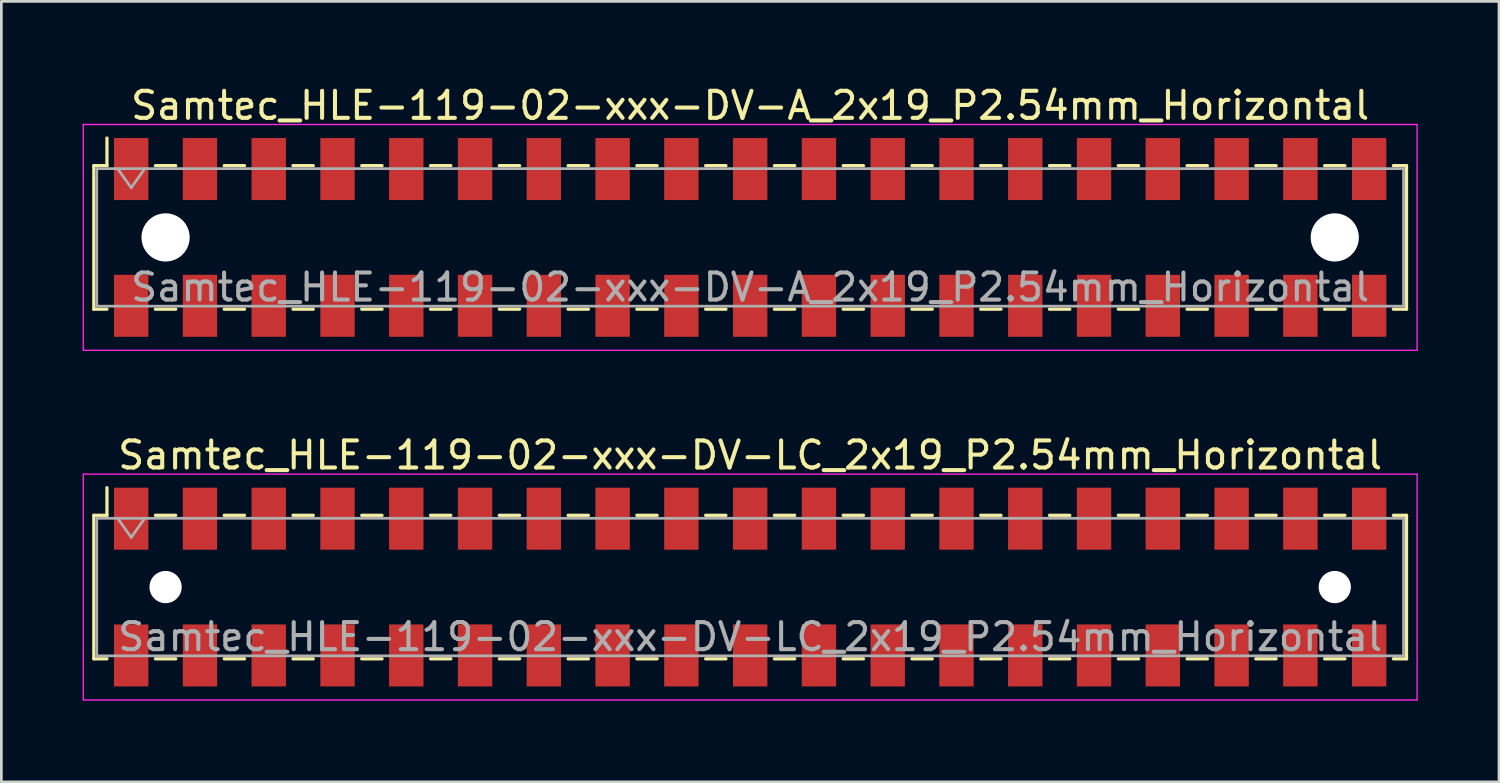
<source format=kicad_pcb>
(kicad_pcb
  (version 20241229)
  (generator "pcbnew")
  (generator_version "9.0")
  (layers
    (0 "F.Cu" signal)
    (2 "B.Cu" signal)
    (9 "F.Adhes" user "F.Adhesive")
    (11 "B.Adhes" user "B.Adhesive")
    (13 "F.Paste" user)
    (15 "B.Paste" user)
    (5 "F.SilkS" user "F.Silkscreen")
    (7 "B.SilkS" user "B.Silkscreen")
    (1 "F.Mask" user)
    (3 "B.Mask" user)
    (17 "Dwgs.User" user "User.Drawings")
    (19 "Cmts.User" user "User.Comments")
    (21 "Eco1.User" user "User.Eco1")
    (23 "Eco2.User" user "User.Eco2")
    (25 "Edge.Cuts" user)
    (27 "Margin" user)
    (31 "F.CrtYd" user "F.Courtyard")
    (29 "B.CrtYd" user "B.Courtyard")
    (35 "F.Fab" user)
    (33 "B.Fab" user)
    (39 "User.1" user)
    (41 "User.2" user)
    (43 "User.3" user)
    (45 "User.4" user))
  (footprint "Samtec_HLE-119-02-xxx-DV-A_2x19_P2.54mm_Horizontal"
    (layer "F.Cu")
    (at 24.655 5.718)
    (property "Reference" "Samtec_HLE-119-02-xxx-DV-A_2x19_P2.54mm_Horizontal" (at 0 -4.87 0) (layer "F.SilkS") (effects (font (size 1 1) (thickness 0.15))))
    (attr smd)
    (fp_line (start -24.24 -2.65) (end -24.24 2.65) (stroke (width 0.12) (type solid)) (layer "F.SilkS"))
    (fp_line (start -24.24 2.65) (end -23.755 2.65) (stroke (width 0.12) (type solid)) (layer "F.SilkS"))
    (fp_line (start -23.755 -3.67) (end -23.755 -2.65) (stroke (width 0.12) (type solid)) (layer "F.SilkS"))
    (fp_line (start -23.755 -2.65) (end -24.24 -2.65) (stroke (width 0.12) (type solid)) (layer "F.SilkS"))
    (fp_line (start -21.965 -2.65) (end -21.215 -2.65) (stroke (width 0.12) (type solid)) (layer "F.SilkS"))
    (fp_line (start -21.965 2.65) (end -21.215 2.65) (stroke (width 0.12) (type solid)) (layer "F.SilkS"))
    (fp_line (start -19.425 -2.65) (end -18.675 -2.65) (stroke (width 0.12) (type solid)) (layer "F.SilkS"))
    (fp_line (start -19.425 2.65) (end -18.675 2.65) (stroke (width 0.12) (type solid)) (layer "F.SilkS"))
    (fp_line (start -16.885 -2.65) (end -16.135 -2.65) (stroke (width 0.12) (type solid)) (layer "F.SilkS"))
    (fp_line (start -16.885 2.65) (end -16.135 2.65) (stroke (width 0.12) (type solid)) (layer "F.SilkS"))
    (fp_line (start -14.345 -2.65) (end -13.595 -2.65) (stroke (width 0.12) (type solid)) (layer "F.SilkS"))
    (fp_line (start -14.345 2.65) (end -13.595 2.65) (stroke (width 0.12) (type solid)) (layer "F.SilkS"))
    (fp_line (start -11.805 -2.65) (end -11.055 -2.65) (stroke (width 0.12) (type solid)) (layer "F.SilkS"))
    (fp_line (start -11.805 2.65) (end -11.055 2.65) (stroke (width 0.12) (type solid)) (layer "F.SilkS"))
    (fp_line (start -9.265 -2.65) (end -8.515 -2.65) (stroke (width 0.12) (type solid)) (layer "F.SilkS"))
    (fp_line (start -9.265 2.65) (end -8.515 2.65) (stroke (width 0.12) (type solid)) (layer "F.SilkS"))
    (fp_line (start -6.725 -2.65) (end -5.975 -2.65) (stroke (width 0.12) (type solid)) (layer "F.SilkS"))
    (fp_line (start -6.725 2.65) (end -5.975 2.65) (stroke (width 0.12) (type solid)) (layer "F.SilkS"))
    (fp_line (start -4.185 -2.65) (end -3.435 -2.65) (stroke (width 0.12) (type solid)) (layer "F.SilkS"))
    (fp_line (start -4.185 2.65) (end -3.435 2.65) (stroke (width 0.12) (type solid)) (layer "F.SilkS"))
    (fp_line (start -1.645 -2.65) (end -0.895 -2.65) (stroke (width 0.12) (type solid)) (layer "F.SilkS"))
    (fp_line (start -1.645 2.65) (end -0.895 2.65) (stroke (width 0.12) (type solid)) (layer "F.SilkS"))
    (fp_line (start 0.895 -2.65) (end 1.645 -2.65) (stroke (width 0.12) (type solid)) (layer "F.SilkS"))
    (fp_line (start 0.895 2.65) (end 1.645 2.65) (stroke (width 0.12) (type solid)) (layer "F.SilkS"))
    (fp_line (start 3.435 -2.65) (end 4.185 -2.65) (stroke (width 0.12) (type solid)) (layer "F.SilkS"))
    (fp_line (start 3.435 2.65) (end 4.185 2.65) (stroke (width 0.12) (type solid)) (layer "F.SilkS"))
    (fp_line (start 5.975 -2.65) (end 6.725 -2.65) (stroke (width 0.12) (type solid)) (layer "F.SilkS"))
    (fp_line (start 5.975 2.65) (end 6.725 2.65) (stroke (width 0.12) (type solid)) (layer "F.SilkS"))
    (fp_line (start 8.515 -2.65) (end 9.265 -2.65) (stroke (width 0.12) (type solid)) (layer "F.SilkS"))
    (fp_line (start 8.515 2.65) (end 9.265 2.65) (stroke (width 0.12) (type solid)) (layer "F.SilkS"))
    (fp_line (start 11.055 -2.65) (end 11.805 -2.65) (stroke (width 0.12) (type solid)) (layer "F.SilkS"))
    (fp_line (start 11.055 2.65) (end 11.805 2.65) (stroke (width 0.12) (type solid)) (layer "F.SilkS"))
    (fp_line (start 13.595 -2.65) (end 14.345 -2.65) (stroke (width 0.12) (type solid)) (layer "F.SilkS"))
    (fp_line (start 13.595 2.65) (end 14.345 2.65) (stroke (width 0.12) (type solid)) (layer "F.SilkS"))
    (fp_line (start 16.135 -2.65) (end 16.885 -2.65) (stroke (width 0.12) (type solid)) (layer "F.SilkS"))
    (fp_line (start 16.135 2.65) (end 16.885 2.65) (stroke (width 0.12) (type solid)) (layer "F.SilkS"))
    (fp_line (start 18.675 -2.65) (end 19.425 -2.65) (stroke (width 0.12) (type solid)) (layer "F.SilkS"))
    (fp_line (start 18.675 2.65) (end 19.425 2.65) (stroke (width 0.12) (type solid)) (layer "F.SilkS"))
    (fp_line (start 21.215 -2.65) (end 21.965 -2.65) (stroke (width 0.12) (type solid)) (layer "F.SilkS"))
    (fp_line (start 21.215 2.65) (end 21.965 2.65) (stroke (width 0.12) (type solid)) (layer "F.SilkS"))
    (fp_line (start 23.755 -2.65) (end 24.24 -2.65) (stroke (width 0.12) (type solid)) (layer "F.SilkS"))
    (fp_line (start 24.24 -2.65) (end 24.24 2.65) (stroke (width 0.12) (type solid)) (layer "F.SilkS"))
    (fp_line (start 24.24 2.65) (end 23.755 2.65) (stroke (width 0.12) (type solid)) (layer "F.SilkS"))
    (fp_line (start -24.63 -4.17) (end 24.63 -4.17) (stroke (width 0.05) (type solid)) (layer "F.CrtYd"))
    (fp_line (start -24.63 4.17) (end -24.63 -4.17) (stroke (width 0.05) (type solid)) (layer "F.CrtYd"))
    (fp_line (start 24.63 -4.17) (end 24.63 4.17) (stroke (width 0.05) (type solid)) (layer "F.CrtYd"))
    (fp_line (start 24.63 4.17) (end -24.63 4.17) (stroke (width 0.05) (type solid)) (layer "F.CrtYd"))
    (fp_line (start -24.13 -2.54) (end 24.13 -2.54) (stroke (width 0.1) (type solid)) (layer "F.Fab"))
    (fp_line (start -24.13 2.54) (end -24.13 -2.54) (stroke (width 0.1) (type solid)) (layer "F.Fab"))
    (fp_line (start -23.36 -2.54) (end -22.86 -1.833) (stroke (width 0.1) (type solid)) (layer "F.Fab"))
    (fp_line (start -22.86 -1.833) (end -22.36 -2.54) (stroke (width 0.1) (type solid)) (layer "F.Fab"))
    (fp_line (start 24.13 -2.54) (end 24.13 2.54) (stroke (width 0.1) (type solid)) (layer "F.Fab"))
    (fp_line (start 24.13 2.54) (end -24.13 2.54) (stroke (width 0.1) (type solid)) (layer "F.Fab"))
    (fp_text user "${REFERENCE}" (at 0 1.84 0) (layer "F.Fab") (effects (font (size 1 1) (thickness 0.15))))
    (pad "" np_thru_hole circle (at -21.59 0) (size 1.78 1.78) (drill 1.78) (layers "*.Cu" "*.Mask"))
    (pad "" np_thru_hole circle (at 21.59 0) (size 1.78 1.78) (drill 1.78) (layers "*.Cu" "*.Mask"))
    (pad "1" smd rect (at -22.86 -2.525) (size 1.27 2.29) (layers "F.Cu" "F.Mask" "F.Paste"))
    (pad "2" smd rect (at -22.86 2.525) (size 1.27 2.29) (layers "F.Cu" "F.Mask" "F.Paste"))
    (pad "3" smd rect (at -20.32 -2.525) (size 1.27 2.29) (layers "F.Cu" "F.Mask" "F.Paste"))
    (pad "4" smd rect (at -20.32 2.525) (size 1.27 2.29) (layers "F.Cu" "F.Mask" "F.Paste"))
    (pad "5" smd rect (at -17.78 -2.525) (size 1.27 2.29) (layers "F.Cu" "F.Mask" "F.Paste"))
    (pad "6" smd rect (at -17.78 2.525) (size 1.27 2.29) (layers "F.Cu" "F.Mask" "F.Paste"))
    (pad "7" smd rect (at -15.24 -2.525) (size 1.27 2.29) (layers "F.Cu" "F.Mask" "F.Paste"))
    (pad "8" smd rect (at -15.24 2.525) (size 1.27 2.29) (layers "F.Cu" "F.Mask" "F.Paste"))
    (pad "9" smd rect (at -12.7 -2.525) (size 1.27 2.29) (layers "F.Cu" "F.Mask" "F.Paste"))
    (pad "10" smd rect (at -12.7 2.525) (size 1.27 2.29) (layers "F.Cu" "F.Mask" "F.Paste"))
    (pad "11" smd rect (at -10.16 -2.525) (size 1.27 2.29) (layers "F.Cu" "F.Mask" "F.Paste"))
    (pad "12" smd rect (at -10.16 2.525) (size 1.27 2.29) (layers "F.Cu" "F.Mask" "F.Paste"))
    (pad "13" smd rect (at -7.62 -2.525) (size 1.27 2.29) (layers "F.Cu" "F.Mask" "F.Paste"))
    (pad "14" smd rect (at -7.62 2.525) (size 1.27 2.29) (layers "F.Cu" "F.Mask" "F.Paste"))
    (pad "15" smd rect (at -5.08 -2.525) (size 1.27 2.29) (layers "F.Cu" "F.Mask" "F.Paste"))
    (pad "16" smd rect (at -5.08 2.525) (size 1.27 2.29) (layers "F.Cu" "F.Mask" "F.Paste"))
    (pad "17" smd rect (at -2.54 -2.525) (size 1.27 2.29) (layers "F.Cu" "F.Mask" "F.Paste"))
    (pad "18" smd rect (at -2.54 2.525) (size 1.27 2.29) (layers "F.Cu" "F.Mask" "F.Paste"))
    (pad "19" smd rect (at 0 -2.525) (size 1.27 2.29) (layers "F.Cu" "F.Mask" "F.Paste"))
    (pad "20" smd rect (at 0 2.525) (size 1.27 2.29) (layers "F.Cu" "F.Mask" "F.Paste"))
    (pad "21" smd rect (at 2.54 -2.525) (size 1.27 2.29) (layers "F.Cu" "F.Mask" "F.Paste"))
    (pad "22" smd rect (at 2.54 2.525) (size 1.27 2.29) (layers "F.Cu" "F.Mask" "F.Paste"))
    (pad "23" smd rect (at 5.08 -2.525) (size 1.27 2.29) (layers "F.Cu" "F.Mask" "F.Paste"))
    (pad "24" smd rect (at 5.08 2.525) (size 1.27 2.29) (layers "F.Cu" "F.Mask" "F.Paste"))
    (pad "25" smd rect (at 7.62 -2.525) (size 1.27 2.29) (layers "F.Cu" "F.Mask" "F.Paste"))
    (pad "26" smd rect (at 7.62 2.525) (size 1.27 2.29) (layers "F.Cu" "F.Mask" "F.Paste"))
    (pad "27" smd rect (at 10.16 -2.525) (size 1.27 2.29) (layers "F.Cu" "F.Mask" "F.Paste"))
    (pad "28" smd rect (at 10.16 2.525) (size 1.27 2.29) (layers "F.Cu" "F.Mask" "F.Paste"))
    (pad "29" smd rect (at 12.7 -2.525) (size 1.27 2.29) (layers "F.Cu" "F.Mask" "F.Paste"))
    (pad "30" smd rect (at 12.7 2.525) (size 1.27 2.29) (layers "F.Cu" "F.Mask" "F.Paste"))
    (pad "31" smd rect (at 15.24 -2.525) (size 1.27 2.29) (layers "F.Cu" "F.Mask" "F.Paste"))
    (pad "32" smd rect (at 15.24 2.525) (size 1.27 2.29) (layers "F.Cu" "F.Mask" "F.Paste"))
    (pad "33" smd rect (at 17.78 -2.525) (size 1.27 2.29) (layers "F.Cu" "F.Mask" "F.Paste"))
    (pad "34" smd rect (at 17.78 2.525) (size 1.27 2.29) (layers "F.Cu" "F.Mask" "F.Paste"))
    (pad "35" smd rect (at 20.32 -2.525) (size 1.27 2.29) (layers "F.Cu" "F.Mask" "F.Paste"))
    (pad "36" smd rect (at 20.32 2.525) (size 1.27 2.29) (layers "F.Cu" "F.Mask" "F.Paste"))
    (pad "37" smd rect (at 22.86 -2.525) (size 1.27 2.29) (layers "F.Cu" "F.Mask" "F.Paste"))
    (pad "38" smd rect (at 22.86 2.525) (size 1.27 2.29) (layers "F.Cu" "F.Mask" "F.Paste")))
  (footprint "Samtec_HLE-119-02-xxx-DV-LC_2x19_P2.54mm_Horizontal"
    (layer "F.Cu")
    (at 24.655 18.631)
    (property "Reference" "Samtec_HLE-119-02-xxx-DV-LC_2x19_P2.54mm_Horizontal" (at 0 -4.87 0) (layer "F.SilkS") (effects (font (size 1 1) (thickness 0.15))))
    (attr smd)
    (fp_line (start -24.24 -2.65) (end -24.24 2.65) (stroke (width 0.12) (type solid)) (layer "F.SilkS"))
    (fp_line (start -24.24 2.65) (end -23.755 2.65) (stroke (width 0.12) (type solid)) (layer "F.SilkS"))
    (fp_line (start -23.755 -3.67) (end -23.755 -2.65) (stroke (width 0.12) (type solid)) (layer "F.SilkS"))
    (fp_line (start -23.755 -2.65) (end -24.24 -2.65) (stroke (width 0.12) (type solid)) (layer "F.SilkS"))
    (fp_line (start -21.965 -2.65) (end -21.215 -2.65) (stroke (width 0.12) (type solid)) (layer "F.SilkS"))
    (fp_line (start -21.965 2.65) (end -21.215 2.65) (stroke (width 0.12) (type solid)) (layer "F.SilkS"))
    (fp_line (start -19.425 -2.65) (end -18.675 -2.65) (stroke (width 0.12) (type solid)) (layer "F.SilkS"))
    (fp_line (start -19.425 2.65) (end -18.675 2.65) (stroke (width 0.12) (type solid)) (layer "F.SilkS"))
    (fp_line (start -16.885 -2.65) (end -16.135 -2.65) (stroke (width 0.12) (type solid)) (layer "F.SilkS"))
    (fp_line (start -16.885 2.65) (end -16.135 2.65) (stroke (width 0.12) (type solid)) (layer "F.SilkS"))
    (fp_line (start -14.345 -2.65) (end -13.595 -2.65) (stroke (width 0.12) (type solid)) (layer "F.SilkS"))
    (fp_line (start -14.345 2.65) (end -13.595 2.65) (stroke (width 0.12) (type solid)) (layer "F.SilkS"))
    (fp_line (start -11.805 -2.65) (end -11.055 -2.65) (stroke (width 0.12) (type solid)) (layer "F.SilkS"))
    (fp_line (start -11.805 2.65) (end -11.055 2.65) (stroke (width 0.12) (type solid)) (layer "F.SilkS"))
    (fp_line (start -9.265 -2.65) (end -8.515 -2.65) (stroke (width 0.12) (type solid)) (layer "F.SilkS"))
    (fp_line (start -9.265 2.65) (end -8.515 2.65) (stroke (width 0.12) (type solid)) (layer "F.SilkS"))
    (fp_line (start -6.725 -2.65) (end -5.975 -2.65) (stroke (width 0.12) (type solid)) (layer "F.SilkS"))
    (fp_line (start -6.725 2.65) (end -5.975 2.65) (stroke (width 0.12) (type solid)) (layer "F.SilkS"))
    (fp_line (start -4.185 -2.65) (end -3.435 -2.65) (stroke (width 0.12) (type solid)) (layer "F.SilkS"))
    (fp_line (start -4.185 2.65) (end -3.435 2.65) (stroke (width 0.12) (type solid)) (layer "F.SilkS"))
    (fp_line (start -1.645 -2.65) (end -0.895 -2.65) (stroke (width 0.12) (type solid)) (layer "F.SilkS"))
    (fp_line (start -1.645 2.65) (end -0.895 2.65) (stroke (width 0.12) (type solid)) (layer "F.SilkS"))
    (fp_line (start 0.895 -2.65) (end 1.645 -2.65) (stroke (width 0.12) (type solid)) (layer "F.SilkS"))
    (fp_line (start 0.895 2.65) (end 1.645 2.65) (stroke (width 0.12) (type solid)) (layer "F.SilkS"))
    (fp_line (start 3.435 -2.65) (end 4.185 -2.65) (stroke (width 0.12) (type solid)) (layer "F.SilkS"))
    (fp_line (start 3.435 2.65) (end 4.185 2.65) (stroke (width 0.12) (type solid)) (layer "F.SilkS"))
    (fp_line (start 5.975 -2.65) (end 6.725 -2.65) (stroke (width 0.12) (type solid)) (layer "F.SilkS"))
    (fp_line (start 5.975 2.65) (end 6.725 2.65) (stroke (width 0.12) (type solid)) (layer "F.SilkS"))
    (fp_line (start 8.515 -2.65) (end 9.265 -2.65) (stroke (width 0.12) (type solid)) (layer "F.SilkS"))
    (fp_line (start 8.515 2.65) (end 9.265 2.65) (stroke (width 0.12) (type solid)) (layer "F.SilkS"))
    (fp_line (start 11.055 -2.65) (end 11.805 -2.65) (stroke (width 0.12) (type solid)) (layer "F.SilkS"))
    (fp_line (start 11.055 2.65) (end 11.805 2.65) (stroke (width 0.12) (type solid)) (layer "F.SilkS"))
    (fp_line (start 13.595 -2.65) (end 14.345 -2.65) (stroke (width 0.12) (type solid)) (layer "F.SilkS"))
    (fp_line (start 13.595 2.65) (end 14.345 2.65) (stroke (width 0.12) (type solid)) (layer "F.SilkS"))
    (fp_line (start 16.135 -2.65) (end 16.885 -2.65) (stroke (width 0.12) (type solid)) (layer "F.SilkS"))
    (fp_line (start 16.135 2.65) (end 16.885 2.65) (stroke (width 0.12) (type solid)) (layer "F.SilkS"))
    (fp_line (start 18.675 -2.65) (end 19.425 -2.65) (stroke (width 0.12) (type solid)) (layer "F.SilkS"))
    (fp_line (start 18.675 2.65) (end 19.425 2.65) (stroke (width 0.12) (type solid)) (layer "F.SilkS"))
    (fp_line (start 21.215 -2.65) (end 21.965 -2.65) (stroke (width 0.12) (type solid)) (layer "F.SilkS"))
    (fp_line (start 21.215 2.65) (end 21.965 2.65) (stroke (width 0.12) (type solid)) (layer "F.SilkS"))
    (fp_line (start 23.755 -2.65) (end 24.24 -2.65) (stroke (width 0.12) (type solid)) (layer "F.SilkS"))
    (fp_line (start 24.24 -2.65) (end 24.24 2.65) (stroke (width 0.12) (type solid)) (layer "F.SilkS"))
    (fp_line (start 24.24 2.65) (end 23.755 2.65) (stroke (width 0.12) (type solid)) (layer "F.SilkS"))
    (fp_line (start -24.63 -4.17) (end 24.63 -4.17) (stroke (width 0.05) (type solid)) (layer "F.CrtYd"))
    (fp_line (start -24.63 4.17) (end -24.63 -4.17) (stroke (width 0.05) (type solid)) (layer "F.CrtYd"))
    (fp_line (start 24.63 -4.17) (end 24.63 4.17) (stroke (width 0.05) (type solid)) (layer "F.CrtYd"))
    (fp_line (start 24.63 4.17) (end -24.63 4.17) (stroke (width 0.05) (type solid)) (layer "F.CrtYd"))
    (fp_line (start -24.13 -2.54) (end 24.13 -2.54) (stroke (width 0.1) (type solid)) (layer "F.Fab"))
    (fp_line (start -24.13 2.54) (end -24.13 -2.54) (stroke (width 0.1) (type solid)) (layer "F.Fab"))
    (fp_line (start -23.36 -2.54) (end -22.86 -1.833) (stroke (width 0.1) (type solid)) (layer "F.Fab"))
    (fp_line (start -22.86 -1.833) (end -22.36 -2.54) (stroke (width 0.1) (type solid)) (layer "F.Fab"))
    (fp_line (start 24.13 -2.54) (end 24.13 2.54) (stroke (width 0.1) (type solid)) (layer "F.Fab"))
    (fp_line (start 24.13 2.54) (end -24.13 2.54) (stroke (width 0.1) (type solid)) (layer "F.Fab"))
    (fp_text user "${REFERENCE}" (at 0 1.84 0) (layer "F.Fab") (effects (font (size 1 1) (thickness 0.15))))
    (pad "" np_thru_hole circle (at -21.59 0) (size 1.19 1.19) (drill 1.19) (layers "*.Cu" "*.Mask"))
    (pad "" np_thru_hole circle (at 21.59 0) (size 1.19 1.19) (drill 1.19) (layers "*.Cu" "*.Mask"))
    (pad "1" smd rect (at -22.86 -2.525) (size 1.27 2.29) (layers "F.Cu" "F.Mask" "F.Paste"))
    (pad "2" smd rect (at -22.86 2.525) (size 1.27 2.29) (layers "F.Cu" "F.Mask" "F.Paste"))
    (pad "3" smd rect (at -20.32 -2.525) (size 1.27 2.29) (layers "F.Cu" "F.Mask" "F.Paste"))
    (pad "4" smd rect (at -20.32 2.525) (size 1.27 2.29) (layers "F.Cu" "F.Mask" "F.Paste"))
    (pad "5" smd rect (at -17.78 -2.525) (size 1.27 2.29) (layers "F.Cu" "F.Mask" "F.Paste"))
    (pad "6" smd rect (at -17.78 2.525) (size 1.27 2.29) (layers "F.Cu" "F.Mask" "F.Paste"))
    (pad "7" smd rect (at -15.24 -2.525) (size 1.27 2.29) (layers "F.Cu" "F.Mask" "F.Paste"))
    (pad "8" smd rect (at -15.24 2.525) (size 1.27 2.29) (layers "F.Cu" "F.Mask" "F.Paste"))
    (pad "9" smd rect (at -12.7 -2.525) (size 1.27 2.29) (layers "F.Cu" "F.Mask" "F.Paste"))
    (pad "10" smd rect (at -12.7 2.525) (size 1.27 2.29) (layers "F.Cu" "F.Mask" "F.Paste"))
    (pad "11" smd rect (at -10.16 -2.525) (size 1.27 2.29) (layers "F.Cu" "F.Mask" "F.Paste"))
    (pad "12" smd rect (at -10.16 2.525) (size 1.27 2.29) (layers "F.Cu" "F.Mask" "F.Paste"))
    (pad "13" smd rect (at -7.62 -2.525) (size 1.27 2.29) (layers "F.Cu" "F.Mask" "F.Paste"))
    (pad "14" smd rect (at -7.62 2.525) (size 1.27 2.29) (layers "F.Cu" "F.Mask" "F.Paste"))
    (pad "15" smd rect (at -5.08 -2.525) (size 1.27 2.29) (layers "F.Cu" "F.Mask" "F.Paste"))
    (pad "16" smd rect (at -5.08 2.525) (size 1.27 2.29) (layers "F.Cu" "F.Mask" "F.Paste"))
    (pad "17" smd rect (at -2.54 -2.525) (size 1.27 2.29) (layers "F.Cu" "F.Mask" "F.Paste"))
    (pad "18" smd rect (at -2.54 2.525) (size 1.27 2.29) (layers "F.Cu" "F.Mask" "F.Paste"))
    (pad "19" smd rect (at 0 -2.525) (size 1.27 2.29) (layers "F.Cu" "F.Mask" "F.Paste"))
    (pad "20" smd rect (at 0 2.525) (size 1.27 2.29) (layers "F.Cu" "F.Mask" "F.Paste"))
    (pad "21" smd rect (at 2.54 -2.525) (size 1.27 2.29) (layers "F.Cu" "F.Mask" "F.Paste"))
    (pad "22" smd rect (at 2.54 2.525) (size 1.27 2.29) (layers "F.Cu" "F.Mask" "F.Paste"))
    (pad "23" smd rect (at 5.08 -2.525) (size 1.27 2.29) (layers "F.Cu" "F.Mask" "F.Paste"))
    (pad "24" smd rect (at 5.08 2.525) (size 1.27 2.29) (layers "F.Cu" "F.Mask" "F.Paste"))
    (pad "25" smd rect (at 7.62 -2.525) (size 1.27 2.29) (layers "F.Cu" "F.Mask" "F.Paste"))
    (pad "26" smd rect (at 7.62 2.525) (size 1.27 2.29) (layers "F.Cu" "F.Mask" "F.Paste"))
    (pad "27" smd rect (at 10.16 -2.525) (size 1.27 2.29) (layers "F.Cu" "F.Mask" "F.Paste"))
    (pad "28" smd rect (at 10.16 2.525) (size 1.27 2.29) (layers "F.Cu" "F.Mask" "F.Paste"))
    (pad "29" smd rect (at 12.7 -2.525) (size 1.27 2.29) (layers "F.Cu" "F.Mask" "F.Paste"))
    (pad "30" smd rect (at 12.7 2.525) (size 1.27 2.29) (layers "F.Cu" "F.Mask" "F.Paste"))
    (pad "31" smd rect (at 15.24 -2.525) (size 1.27 2.29) (layers "F.Cu" "F.Mask" "F.Paste"))
    (pad "32" smd rect (at 15.24 2.525) (size 1.27 2.29) (layers "F.Cu" "F.Mask" "F.Paste"))
    (pad "33" smd rect (at 17.78 -2.525) (size 1.27 2.29) (layers "F.Cu" "F.Mask" "F.Paste"))
    (pad "34" smd rect (at 17.78 2.525) (size 1.27 2.29) (layers "F.Cu" "F.Mask" "F.Paste"))
    (pad "35" smd rect (at 20.32 -2.525) (size 1.27 2.29) (layers "F.Cu" "F.Mask" "F.Paste"))
    (pad "36" smd rect (at 20.32 2.525) (size 1.27 2.29) (layers "F.Cu" "F.Mask" "F.Paste"))
    (pad "37" smd rect (at 22.86 -2.525) (size 1.27 2.29) (layers "F.Cu" "F.Mask" "F.Paste"))
    (pad "38" smd rect (at 22.86 2.525) (size 1.27 2.29) (layers "F.Cu" "F.Mask" "F.Paste")))
  (gr_rect
    (start -3 -3)
    (end 52.31 25.826)
    (stroke (width 0.1) (type default))
    (fill no)
    (layer "Edge.Cuts")))
</source>
